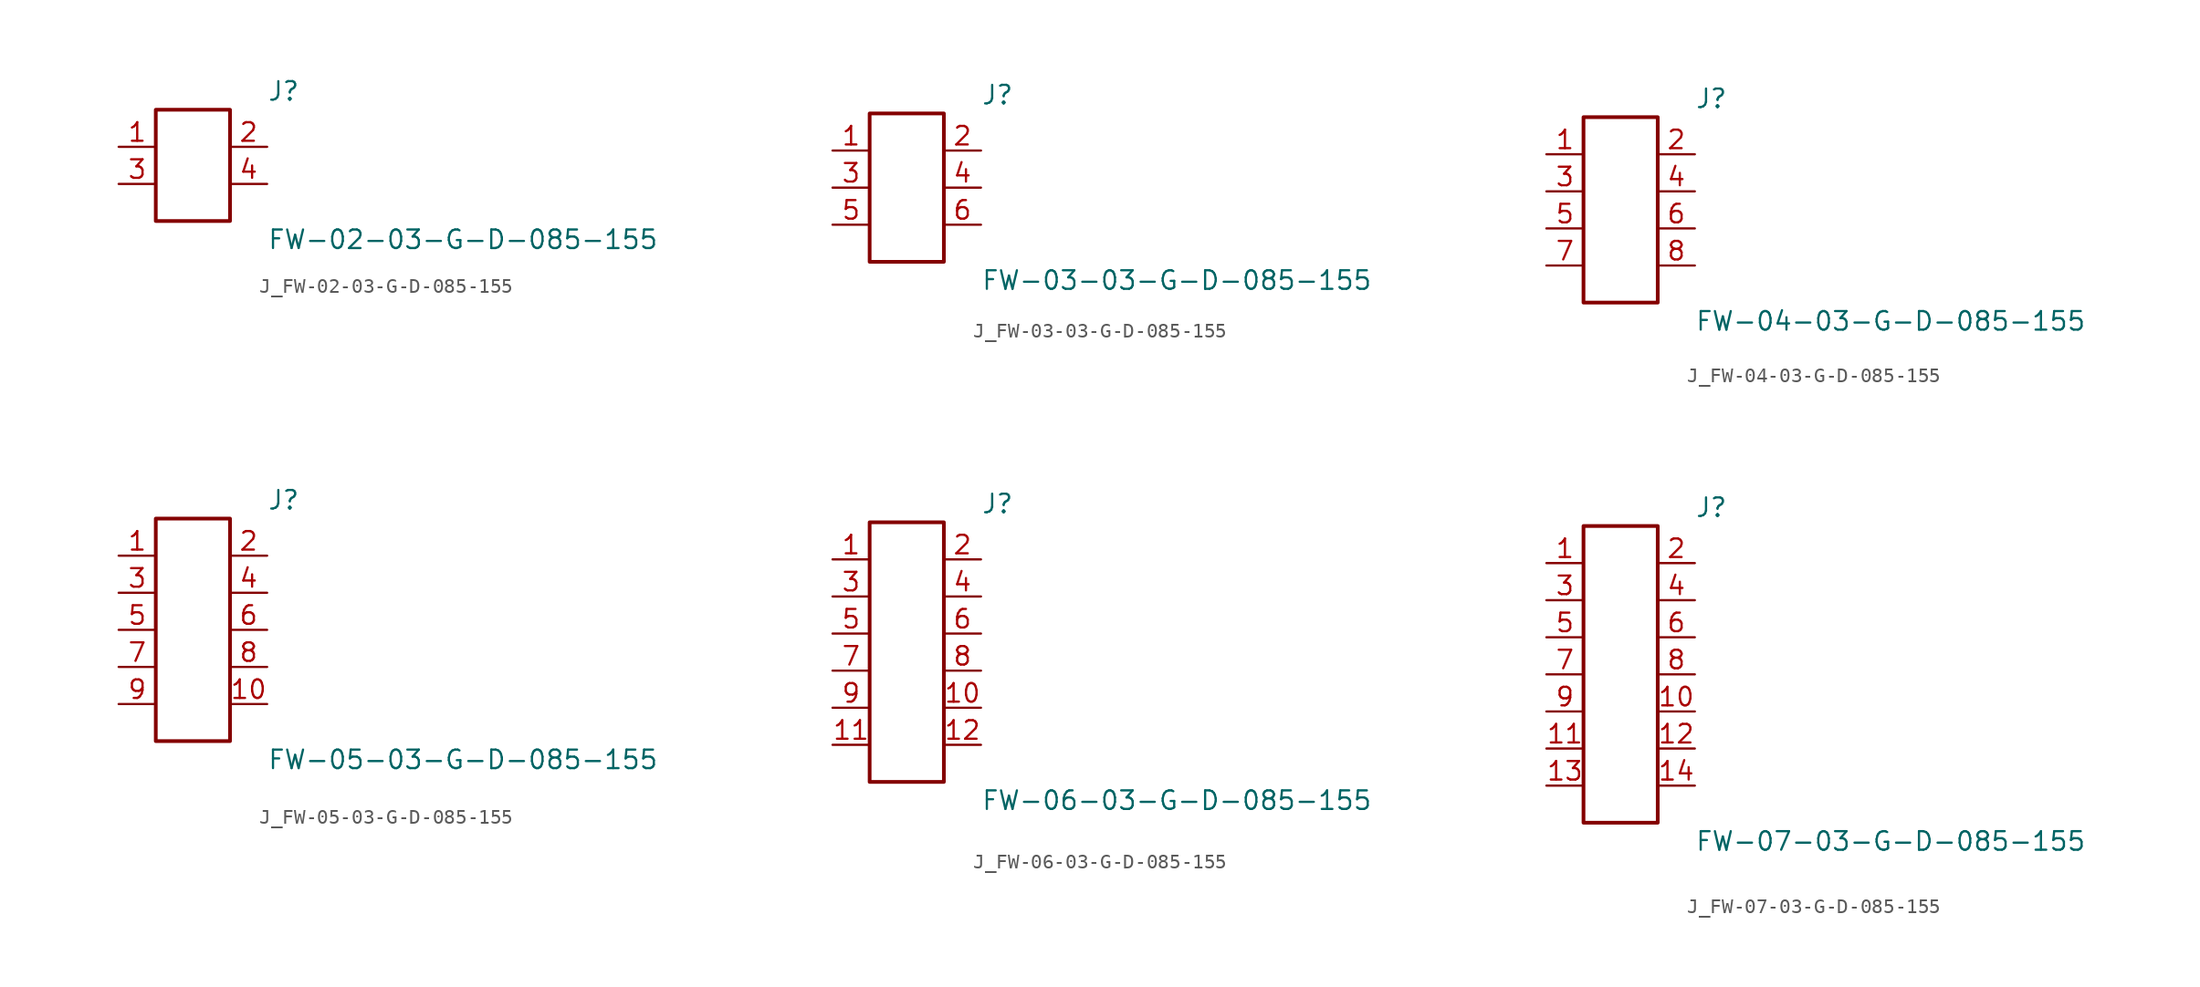
<source format=kicad_sym>
(kicad_symbol_lib
  (version 20231120)
  (generator kicad_symbol_editor)
  (generator_version 8.0)
  (symbol "J_FW-02-03-G-D-085-155"
    (pin_names
      (offset 0.254))
    (property "Reference" "J"
      (at 5.08 5.08 0)
      (effects (font (size 1.27 1.27)) (justify left)))
    (property "Value" "FW-02-03-G-D-085-155"
      (at 5.08 -5.08 0)
      (effects (font (size 1.27 1.27)) (justify left)))
    (symbol "J_FW-02-03-G-D-085-155_0_0"
      (pin unspecified line (at -5.08 1.27 0) (length 2.54) (name "" (effects (font (size 1.27 1.27)))) (number "1" (effects (font (size 1.27 1.27)))))
      (pin unspecified line (at 5.08 1.27 180) (length 2.54) (name "" (effects (font (size 1.27 1.27)))) (number "2" (effects (font (size 1.27 1.27)))))
      (pin unspecified line (at -5.08 -1.27 0) (length 2.54) (name "" (effects (font (size 1.27 1.27)))) (number "3" (effects (font (size 1.27 1.27)))))
      (pin unspecified line (at 5.08 -1.27 180) (length 2.54) (name "" (effects (font (size 1.27 1.27)))) (number "4" (effects (font (size 1.27 1.27))))))
    (symbol "J_FW-02-03-G-D-085-155_1_0"
      (rectangle (start -2.54 3.81) (end 2.54 -3.81) (stroke (width 0.254) (type solid)) (fill (type none)))))
  (symbol "J_FW-03-03-G-D-085-155"
    (pin_names
      (offset 0.254))
    (property "Reference" "J"
      (at 5.08 6.35 0)
      (effects (font (size 1.27 1.27)) (justify left)))
    (property "Value" "FW-03-03-G-D-085-155"
      (at 5.08 -6.35 0)
      (effects (font (size 1.27 1.27)) (justify left)))
    (symbol "J_FW-03-03-G-D-085-155_0_0"
      (pin unspecified line (at -5.08 2.54 0) (length 2.54) (name "" (effects (font (size 1.27 1.27)))) (number "1" (effects (font (size 1.27 1.27)))))
      (pin unspecified line (at 5.08 2.54 180) (length 2.54) (name "" (effects (font (size 1.27 1.27)))) (number "2" (effects (font (size 1.27 1.27)))))
      (pin unspecified line (at -5.08 0.0 0) (length 2.54) (name "" (effects (font (size 1.27 1.27)))) (number "3" (effects (font (size 1.27 1.27)))))
      (pin unspecified line (at 5.08 0.0 180) (length 2.54) (name "" (effects (font (size 1.27 1.27)))) (number "4" (effects (font (size 1.27 1.27)))))
      (pin unspecified line (at -5.08 -2.54 0) (length 2.54) (name "" (effects (font (size 1.27 1.27)))) (number "5" (effects (font (size 1.27 1.27)))))
      (pin unspecified line (at 5.08 -2.54 180) (length 2.54) (name "" (effects (font (size 1.27 1.27)))) (number "6" (effects (font (size 1.27 1.27))))))
    (symbol "J_FW-03-03-G-D-085-155_1_0"
      (rectangle (start -2.54 5.08) (end 2.54 -5.08) (stroke (width 0.254) (type solid)) (fill (type none)))))
  (symbol "J_FW-04-03-G-D-085-155"
    (pin_names
      (offset 0.254))
    (property "Reference" "J"
      (at 5.08 7.62 0)
      (effects (font (size 1.27 1.27)) (justify left)))
    (property "Value" "FW-04-03-G-D-085-155"
      (at 5.08 -7.62 0)
      (effects (font (size 1.27 1.27)) (justify left)))
    (symbol "J_FW-04-03-G-D-085-155_0_0"
      (pin unspecified line (at -5.08 3.81 0) (length 2.54) (name "" (effects (font (size 1.27 1.27)))) (number "1" (effects (font (size 1.27 1.27)))))
      (pin unspecified line (at 5.08 3.81 180) (length 2.54) (name "" (effects (font (size 1.27 1.27)))) (number "2" (effects (font (size 1.27 1.27)))))
      (pin unspecified line (at -5.08 1.27 0) (length 2.54) (name "" (effects (font (size 1.27 1.27)))) (number "3" (effects (font (size 1.27 1.27)))))
      (pin unspecified line (at 5.08 1.27 180) (length 2.54) (name "" (effects (font (size 1.27 1.27)))) (number "4" (effects (font (size 1.27 1.27)))))
      (pin unspecified line (at -5.08 -1.27 0) (length 2.54) (name "" (effects (font (size 1.27 1.27)))) (number "5" (effects (font (size 1.27 1.27)))))
      (pin unspecified line (at 5.08 -1.27 180) (length 2.54) (name "" (effects (font (size 1.27 1.27)))) (number "6" (effects (font (size 1.27 1.27)))))
      (pin unspecified line (at -5.08 -3.81 0) (length 2.54) (name "" (effects (font (size 1.27 1.27)))) (number "7" (effects (font (size 1.27 1.27)))))
      (pin unspecified line (at 5.08 -3.81 180) (length 2.54) (name "" (effects (font (size 1.27 1.27)))) (number "8" (effects (font (size 1.27 1.27))))))
    (symbol "J_FW-04-03-G-D-085-155_1_0"
      (rectangle (start -2.54 6.35) (end 2.54 -6.35) (stroke (width 0.254) (type solid)) (fill (type none)))))
  (symbol "J_FW-05-03-G-D-085-155"
    (pin_names
      (offset 0.254))
    (property "Reference" "J"
      (at 5.08 8.89 0)
      (effects (font (size 1.27 1.27)) (justify left)))
    (property "Value" "FW-05-03-G-D-085-155"
      (at 5.08 -8.89 0)
      (effects (font (size 1.27 1.27)) (justify left)))
    (symbol "J_FW-05-03-G-D-085-155_0_0"
      (pin unspecified line (at -5.08 5.08 0) (length 2.54) (name "" (effects (font (size 1.27 1.27)))) (number "1" (effects (font (size 1.27 1.27)))))
      (pin unspecified line (at 5.08 5.08 180) (length 2.54) (name "" (effects (font (size 1.27 1.27)))) (number "2" (effects (font (size 1.27 1.27)))))
      (pin unspecified line (at -5.08 2.54 0) (length 2.54) (name "" (effects (font (size 1.27 1.27)))) (number "3" (effects (font (size 1.27 1.27)))))
      (pin unspecified line (at 5.08 2.54 180) (length 2.54) (name "" (effects (font (size 1.27 1.27)))) (number "4" (effects (font (size 1.27 1.27)))))
      (pin unspecified line (at -5.08 0.0 0) (length 2.54) (name "" (effects (font (size 1.27 1.27)))) (number "5" (effects (font (size 1.27 1.27)))))
      (pin unspecified line (at 5.08 0.0 180) (length 2.54) (name "" (effects (font (size 1.27 1.27)))) (number "6" (effects (font (size 1.27 1.27)))))
      (pin unspecified line (at -5.08 -2.54 0) (length 2.54) (name "" (effects (font (size 1.27 1.27)))) (number "7" (effects (font (size 1.27 1.27)))))
      (pin unspecified line (at 5.08 -2.54 180) (length 2.54) (name "" (effects (font (size 1.27 1.27)))) (number "8" (effects (font (size 1.27 1.27)))))
      (pin unspecified line (at -5.08 -5.08 0) (length 2.54) (name "" (effects (font (size 1.27 1.27)))) (number "9" (effects (font (size 1.27 1.27)))))
      (pin unspecified line (at 5.08 -5.08 180) (length 2.54) (name "" (effects (font (size 1.27 1.27)))) (number "10" (effects (font (size 1.27 1.27))))))
    (symbol "J_FW-05-03-G-D-085-155_1_0"
      (rectangle (start -2.54 7.62) (end 2.54 -7.62) (stroke (width 0.254) (type solid)) (fill (type none)))))
  (symbol "J_FW-06-03-G-D-085-155"
    (pin_names
      (offset 0.254))
    (property "Reference" "J"
      (at 5.08 10.16 0)
      (effects (font (size 1.27 1.27)) (justify left)))
    (property "Value" "FW-06-03-G-D-085-155"
      (at 5.08 -10.16 0)
      (effects (font (size 1.27 1.27)) (justify left)))
    (symbol "J_FW-06-03-G-D-085-155_0_0"
      (pin unspecified line (at -5.08 6.35 0) (length 2.54) (name "" (effects (font (size 1.27 1.27)))) (number "1" (effects (font (size 1.27 1.27)))))
      (pin unspecified line (at 5.08 6.35 180) (length 2.54) (name "" (effects (font (size 1.27 1.27)))) (number "2" (effects (font (size 1.27 1.27)))))
      (pin unspecified line (at -5.08 3.81 0) (length 2.54) (name "" (effects (font (size 1.27 1.27)))) (number "3" (effects (font (size 1.27 1.27)))))
      (pin unspecified line (at 5.08 3.81 180) (length 2.54) (name "" (effects (font (size 1.27 1.27)))) (number "4" (effects (font (size 1.27 1.27)))))
      (pin unspecified line (at -5.08 1.27 0) (length 2.54) (name "" (effects (font (size 1.27 1.27)))) (number "5" (effects (font (size 1.27 1.27)))))
      (pin unspecified line (at 5.08 1.27 180) (length 2.54) (name "" (effects (font (size 1.27 1.27)))) (number "6" (effects (font (size 1.27 1.27)))))
      (pin unspecified line (at -5.08 -1.27 0) (length 2.54) (name "" (effects (font (size 1.27 1.27)))) (number "7" (effects (font (size 1.27 1.27)))))
      (pin unspecified line (at 5.08 -1.27 180) (length 2.54) (name "" (effects (font (size 1.27 1.27)))) (number "8" (effects (font (size 1.27 1.27)))))
      (pin unspecified line (at -5.08 -3.81 0) (length 2.54) (name "" (effects (font (size 1.27 1.27)))) (number "9" (effects (font (size 1.27 1.27)))))
      (pin unspecified line (at 5.08 -3.81 180) (length 2.54) (name "" (effects (font (size 1.27 1.27)))) (number "10" (effects (font (size 1.27 1.27)))))
      (pin unspecified line (at -5.08 -6.35 0) (length 2.54) (name "" (effects (font (size 1.27 1.27)))) (number "11" (effects (font (size 1.27 1.27)))))
      (pin unspecified line (at 5.08 -6.35 180) (length 2.54) (name "" (effects (font (size 1.27 1.27)))) (number "12" (effects (font (size 1.27 1.27))))))
    (symbol "J_FW-06-03-G-D-085-155_1_0"
      (rectangle (start -2.54 8.89) (end 2.54 -8.89) (stroke (width 0.254) (type solid)) (fill (type none)))))
  (symbol "J_FW-07-03-G-D-085-155"
    (pin_names
      (offset 0.254))
    (property "Reference" "J"
      (at 5.08 11.43 0)
      (effects (font (size 1.27 1.27)) (justify left)))
    (property "Value" "FW-07-03-G-D-085-155"
      (at 5.08 -11.43 0)
      (effects (font (size 1.27 1.27)) (justify left)))
    (symbol "J_FW-07-03-G-D-085-155_0_0"
      (pin unspecified line (at -5.08 7.62 0) (length 2.54) (name "" (effects (font (size 1.27 1.27)))) (number "1" (effects (font (size 1.27 1.27)))))
      (pin unspecified line (at 5.08 7.62 180) (length 2.54) (name "" (effects (font (size 1.27 1.27)))) (number "2" (effects (font (size 1.27 1.27)))))
      (pin unspecified line (at -5.08 5.08 0) (length 2.54) (name "" (effects (font (size 1.27 1.27)))) (number "3" (effects (font (size 1.27 1.27)))))
      (pin unspecified line (at 5.08 5.08 180) (length 2.54) (name "" (effects (font (size 1.27 1.27)))) (number "4" (effects (font (size 1.27 1.27)))))
      (pin unspecified line (at -5.08 2.54 0) (length 2.54) (name "" (effects (font (size 1.27 1.27)))) (number "5" (effects (font (size 1.27 1.27)))))
      (pin unspecified line (at 5.08 2.54 180) (length 2.54) (name "" (effects (font (size 1.27 1.27)))) (number "6" (effects (font (size 1.27 1.27)))))
      (pin unspecified line (at -5.08 0.0 0) (length 2.54) (name "" (effects (font (size 1.27 1.27)))) (number "7" (effects (font (size 1.27 1.27)))))
      (pin unspecified line (at 5.08 0.0 180) (length 2.54) (name "" (effects (font (size 1.27 1.27)))) (number "8" (effects (font (size 1.27 1.27)))))
      (pin unspecified line (at -5.08 -2.54 0) (length 2.54) (name "" (effects (font (size 1.27 1.27)))) (number "9" (effects (font (size 1.27 1.27)))))
      (pin unspecified line (at 5.08 -2.54 180) (length 2.54) (name "" (effects (font (size 1.27 1.27)))) (number "10" (effects (font (size 1.27 1.27)))))
      (pin unspecified line (at -5.08 -5.08 0) (length 2.54) (name "" (effects (font (size 1.27 1.27)))) (number "11" (effects (font (size 1.27 1.27)))))
      (pin unspecified line (at 5.08 -5.08 180) (length 2.54) (name "" (effects (font (size 1.27 1.27)))) (number "12" (effects (font (size 1.27 1.27)))))
      (pin unspecified line (at -5.08 -7.62 0) (length 2.54) (name "" (effects (font (size 1.27 1.27)))) (number "13" (effects (font (size 1.27 1.27)))))
      (pin unspecified line (at 5.08 -7.62 180) (length 2.54) (name "" (effects (font (size 1.27 1.27)))) (number "14" (effects (font (size 1.27 1.27))))))
    (symbol "J_FW-07-03-G-D-085-155_1_0"
      (rectangle (start -2.54 10.16) (end 2.54 -10.16) (stroke (width 0.254) (type solid)) (fill (type none))))))
</source>
